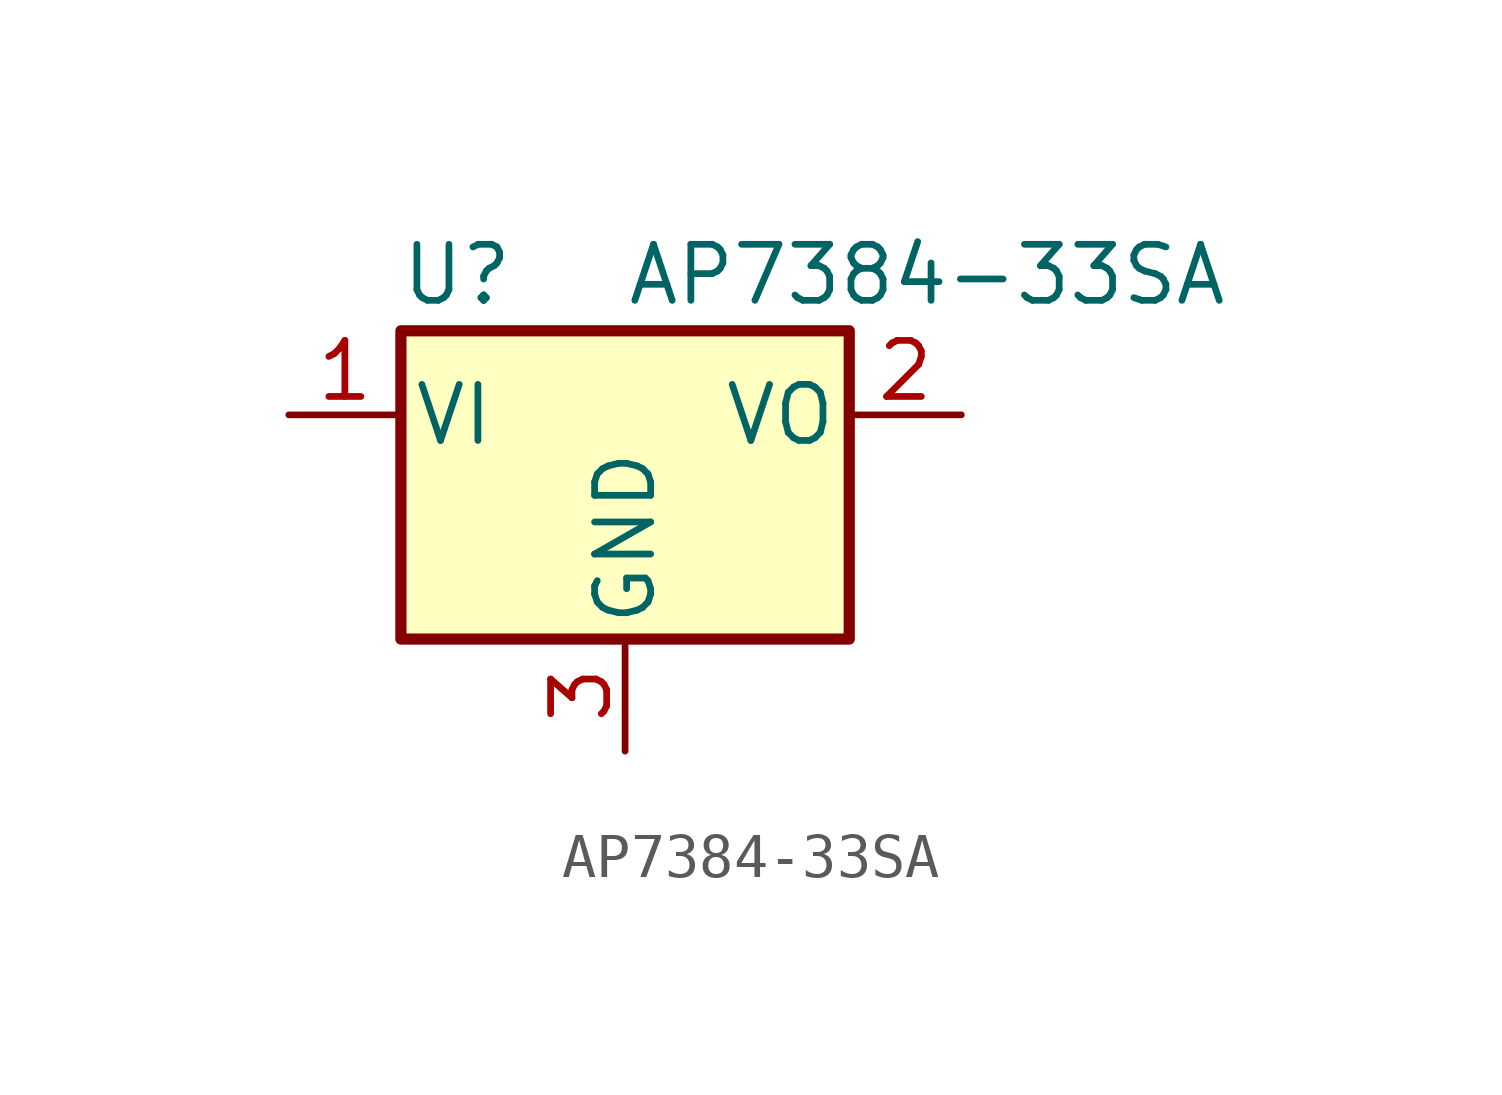
<source format=kicad_sym>
(kicad_symbol_lib
  (version 20201005)
  (generator kicad_symbol_editor)
  (symbol "Regulator_Linear:AP7384-33SA"
    (pin_names
      (offset 0.254))
    (property "Reference" "U"
      (at -3.81 3.175 0)
      (effects (font (size 1.27 1.27))))
    (property "Value" "AP7384-33SA"
      (at 0 3.175 0)
      (effects (font (size 1.27 1.27)) (justify left)))
    (symbol "AP7384-33SA_0_1"
      (rectangle (start -5.08 1.905) (end 5.08 -5.08) (stroke (width 0.254)) (fill (type background))))
    (symbol "AP7384-33SA_1_1"
      (pin power_in line (at -7.62 0 0) (length 2.54) (name "VI" (effects (font (size 1.27 1.27)))) (number "1" (effects (font (size 1.27 1.27)))))
      (pin power_out line (at 7.62 0 180) (length 2.54) (name "VO" (effects (font (size 1.27 1.27)))) (number "2" (effects (font (size 1.27 1.27)))))
      (pin power_in line (at 0 -7.62 90) (length 2.54) (name "GND" (effects (font (size 1.27 1.27)))) (number "3" (effects (font (size 1.27 1.27))))))))
</source>
